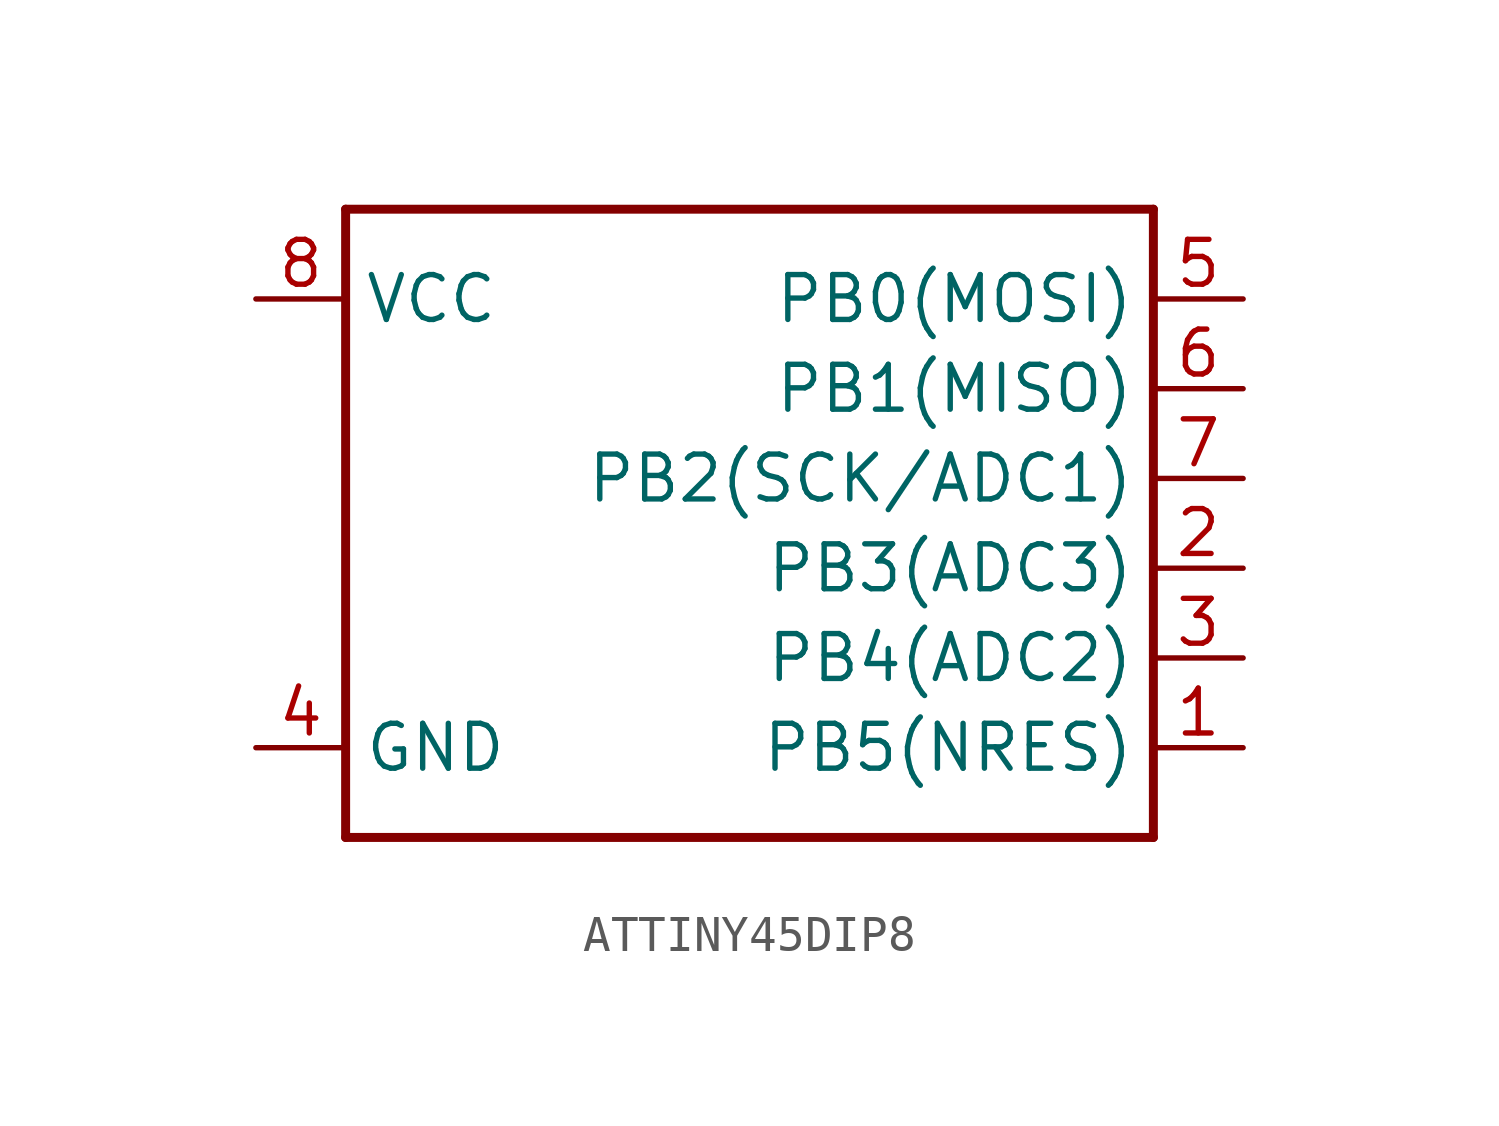
<source format=kicad_sym>
(kicad_symbol_lib
  (version 20220914)
  (generator kicad_symbol_editor)
  (symbol "ATTINY45DIP8"
    (property "Reference" ""
      (at -12.7 10.16 0)
      (effects (font (size 1.778 1.511)) (justify left bottom) hide))
    (property "ki_locked" ""
      (at 0 0 0)
      (effects (font (size 1.27 1.27))))
    (symbol "ATTINY45DIP8_1_0"
      (polyline (pts (xy -12.7 -7.62) (xy -12.7 10.16)) (stroke (width 0.254) (type solid)) (fill (type none)))
      (polyline (pts (xy -12.7 10.16) (xy 10.16 10.16)) (stroke (width 0.254) (type solid)) (fill (type none)))
      (polyline (pts (xy 10.16 -7.62) (xy -12.7 -7.62)) (stroke (width 0.254) (type solid)) (fill (type none)))
      (polyline (pts (xy 10.16 10.16) (xy 10.16 -7.62)) (stroke (width 0.254) (type solid)) (fill (type none)))
      (pin bidirectional line (at 12.7 -5.08 180) (length 2.54) (name "PB5(NRES)" (effects (font (size 1.27 1.27)))) (number "1" (effects (font (size 1.27 1.27)))))
      (pin bidirectional line (at 12.7 0 180) (length 2.54) (name "PB3(ADC3)" (effects (font (size 1.27 1.27)))) (number "2" (effects (font (size 1.27 1.27)))))
      (pin bidirectional line (at 12.7 -2.54 180) (length 2.54) (name "PB4(ADC2)" (effects (font (size 1.27 1.27)))) (number "3" (effects (font (size 1.27 1.27)))))
      (pin bidirectional line (at -15.24 -5.08 0) (length 2.54) (name "GND" (effects (font (size 1.27 1.27)))) (number "4" (effects (font (size 1.27 1.27)))))
      (pin bidirectional line (at 12.7 7.62 180) (length 2.54) (name "PB0(MOSI)" (effects (font (size 1.27 1.27)))) (number "5" (effects (font (size 1.27 1.27)))))
      (pin bidirectional line (at 12.7 5.08 180) (length 2.54) (name "PB1(MISO)" (effects (font (size 1.27 1.27)))) (number "6" (effects (font (size 1.27 1.27)))))
      (pin bidirectional line (at 12.7 2.54 180) (length 2.54) (name "PB2(SCK/ADC1)" (effects (font (size 1.27 1.27)))) (number "7" (effects (font (size 1.27 1.27)))))
      (pin bidirectional line (at -15.24 7.62 0) (length 2.54) (name "VCC" (effects (font (size 1.27 1.27)))) (number "8" (effects (font (size 1.27 1.27))))))))
</source>
